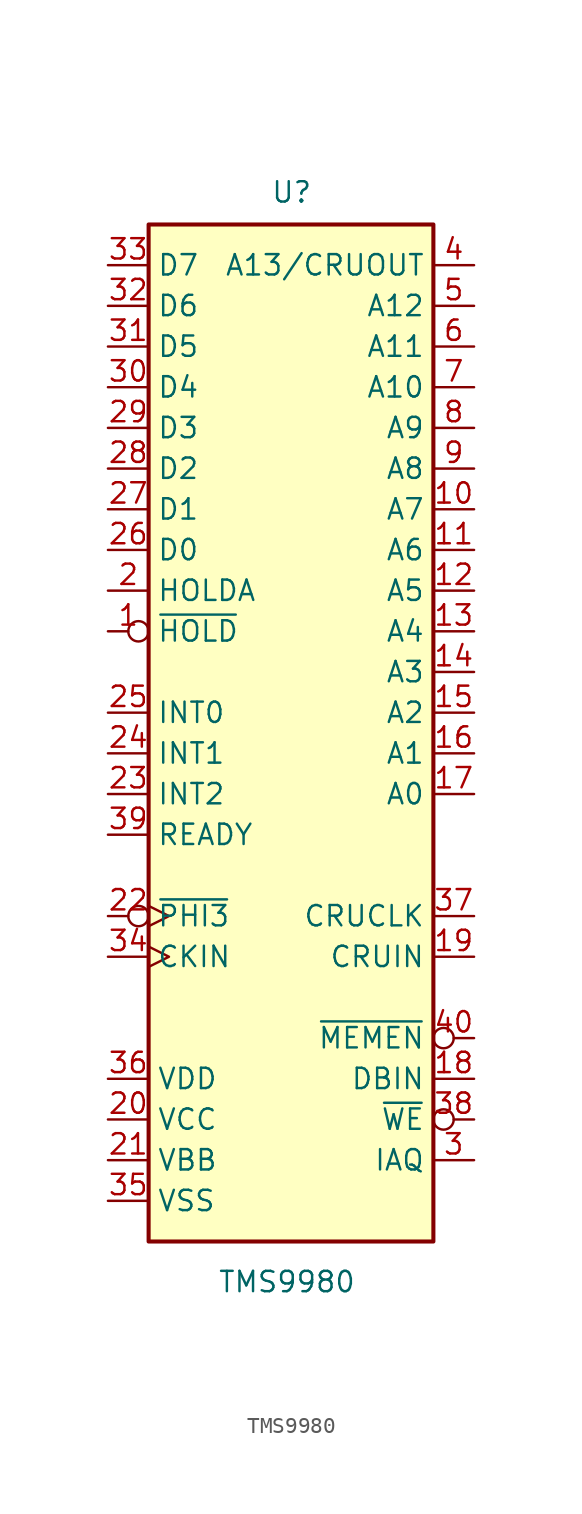
<source format=kicad_sym>
(kicad_symbol_lib
  (version 20231120)
  (generator "kicad_symbol_editor")
  (generator_version "8.0")
  (symbol "TMS9980"
    (property "Reference" "U"
      (at -1.27 31.75 0)
      (effects (font (size 1.27 1.27)) (justify left bottom)))
    (property "Value" "TMS9980"
      (at -0.254 -34.798 0)
      (effects (font (size 1.27 1.27)) (justify top)))
    (symbol "TMS9980_0_1"
      (rectangle (start -8.89 30.48) (end 8.89 -33.02) (stroke (width 0.254) (type default)) (fill (type background))))
    (symbol "TMS9980_1_1"
      (pin input inverted (at -11.43 5.08 0) (length 2.54) (name "~{HOLD}" (effects (font (size 1.27 1.27)))) (number "1" (effects (font (size 1.27 1.27)))))
      (pin output line (at 11.43 12.7 180) (length 2.54) (name "A7" (effects (font (size 1.27 1.27)))) (number "10" (effects (font (size 1.27 1.27)))))
      (pin output line (at 11.43 10.16 180) (length 2.54) (name "A6" (effects (font (size 1.27 1.27)))) (number "11" (effects (font (size 1.27 1.27)))))
      (pin output line (at 11.43 7.62 180) (length 2.54) (name "A5" (effects (font (size 1.27 1.27)))) (number "12" (effects (font (size 1.27 1.27)))))
      (pin output line (at 11.43 5.08 180) (length 2.54) (name "A4" (effects (font (size 1.27 1.27)))) (number "13" (effects (font (size 1.27 1.27)))))
      (pin output line (at 11.43 2.54 180) (length 2.54) (name "A3" (effects (font (size 1.27 1.27)))) (number "14" (effects (font (size 1.27 1.27)))))
      (pin output line (at 11.43 0 180) (length 2.54) (name "A2" (effects (font (size 1.27 1.27)))) (number "15" (effects (font (size 1.27 1.27)))))
      (pin output line (at 11.43 -2.54 180) (length 2.54) (name "A1" (effects (font (size 1.27 1.27)))) (number "16" (effects (font (size 1.27 1.27)))))
      (pin output line (at 11.43 -5.08 180) (length 2.54) (name "A0" (effects (font (size 1.27 1.27)))) (number "17" (effects (font (size 1.27 1.27)))))
      (pin output line (at 11.43 -22.86 180) (length 2.54) (name "DBIN" (effects (font (size 1.27 1.27)))) (number "18" (effects (font (size 1.27 1.27)))))
      (pin input line (at 11.43 -15.24 180) (length 2.54) (name "CRUIN" (effects (font (size 1.27 1.27)))) (number "19" (effects (font (size 1.27 1.27)))))
      (pin output line (at -11.43 7.62 0) (length 2.54) (name "HOLDA" (effects (font (size 1.27 1.27)))) (number "2" (effects (font (size 1.27 1.27)))))
      (pin power_in line (at -11.43 -25.4 0) (length 2.54) (name "VCC" (effects (font (size 1.27 1.27)))) (number "20" (effects (font (size 1.27 1.27)))))
      (pin power_in line (at -11.43 -27.94 0) (length 2.54) (name "VBB" (effects (font (size 1.27 1.27)))) (number "21" (effects (font (size 1.27 1.27)))))
      (pin output inverted_clock (at -11.43 -12.7 0) (length 2.54) (name "~{PHI3}" (effects (font (size 1.27 1.27)))) (number "22" (effects (font (size 1.27 1.27)))))
      (pin input line (at -11.43 -5.08 0) (length 2.54) (name "INT2" (effects (font (size 1.27 1.27)))) (number "23" (effects (font (size 1.27 1.27)))))
      (pin input line (at -11.43 -2.54 0) (length 2.54) (name "INT1" (effects (font (size 1.27 1.27)))) (number "24" (effects (font (size 1.27 1.27)))))
      (pin input line (at -11.43 0 0) (length 2.54) (name "INT0" (effects (font (size 1.27 1.27)))) (number "25" (effects (font (size 1.27 1.27)))))
      (pin bidirectional line (at -11.43 10.16 0) (length 2.54) (name "D0" (effects (font (size 1.27 1.27)))) (number "26" (effects (font (size 1.27 1.27)))))
      (pin bidirectional line (at -11.43 12.7 0) (length 2.54) (name "D1" (effects (font (size 1.27 1.27)))) (number "27" (effects (font (size 1.27 1.27)))))
      (pin bidirectional line (at -11.43 15.24 0) (length 2.54) (name "D2" (effects (font (size 1.27 1.27)))) (number "28" (effects (font (size 1.27 1.27)))))
      (pin bidirectional line (at -11.43 17.78 0) (length 2.54) (name "D3" (effects (font (size 1.27 1.27)))) (number "29" (effects (font (size 1.27 1.27)))))
      (pin output line (at 11.43 -27.94 180) (length 2.54) (name "IAQ" (effects (font (size 1.27 1.27)))) (number "3" (effects (font (size 1.27 1.27)))))
      (pin bidirectional line (at -11.43 20.32 0) (length 2.54) (name "D4" (effects (font (size 1.27 1.27)))) (number "30" (effects (font (size 1.27 1.27)))))
      (pin bidirectional line (at -11.43 22.86 0) (length 2.54) (name "D5" (effects (font (size 1.27 1.27)))) (number "31" (effects (font (size 1.27 1.27)))))
      (pin bidirectional line (at -11.43 25.4 0) (length 2.54) (name "D6" (effects (font (size 1.27 1.27)))) (number "32" (effects (font (size 1.27 1.27)))))
      (pin bidirectional line (at -11.43 27.94 0) (length 2.54) (name "D7" (effects (font (size 1.27 1.27)))) (number "33" (effects (font (size 1.27 1.27)))))
      (pin input clock (at -11.43 -15.24 0) (length 2.54) (name "CKIN" (effects (font (size 1.27 1.27)))) (number "34" (effects (font (size 1.27 1.27)))))
      (pin power_in line (at -11.43 -30.48 0) (length 2.54) (name "VSS" (effects (font (size 1.27 1.27)))) (number "35" (effects (font (size 1.27 1.27)))))
      (pin power_in line (at -11.43 -22.86 0) (length 2.54) (name "VDD" (effects (font (size 1.27 1.27)))) (number "36" (effects (font (size 1.27 1.27)))))
      (pin output line (at 11.43 -12.7 180) (length 2.54) (name "CRUCLK" (effects (font (size 1.27 1.27)))) (number "37" (effects (font (size 1.27 1.27)))))
      (pin output inverted (at 11.43 -25.4 180) (length 2.54) (name "~{WE}" (effects (font (size 1.27 1.27)))) (number "38" (effects (font (size 1.27 1.27)))))
      (pin input line (at -11.43 -7.62 0) (length 2.54) (name "READY" (effects (font (size 1.27 1.27)))) (number "39" (effects (font (size 1.27 1.27)))))
      (pin output line (at 11.43 27.94 180) (length 2.54) (name "A13/CRUOUT" (effects (font (size 1.27 1.27)))) (number "4" (effects (font (size 1.27 1.27)))))
      (pin output inverted (at 11.43 -20.32 180) (length 2.54) (name "~{MEMEN}" (effects (font (size 1.27 1.27)))) (number "40" (effects (font (size 1.27 1.27)))))
      (pin output line (at 11.43 25.4 180) (length 2.54) (name "A12" (effects (font (size 1.27 1.27)))) (number "5" (effects (font (size 1.27 1.27)))))
      (pin output line (at 11.43 22.86 180) (length 2.54) (name "A11" (effects (font (size 1.27 1.27)))) (number "6" (effects (font (size 1.27 1.27)))))
      (pin output line (at 11.43 20.32 180) (length 2.54) (name "A10" (effects (font (size 1.27 1.27)))) (number "7" (effects (font (size 1.27 1.27)))))
      (pin output line (at 11.43 17.78 180) (length 2.54) (name "A9" (effects (font (size 1.27 1.27)))) (number "8" (effects (font (size 1.27 1.27)))))
      (pin output line (at 11.43 15.24 180) (length 2.54) (name "A8" (effects (font (size 1.27 1.27)))) (number "9" (effects (font (size 1.27 1.27))))))))
</source>
